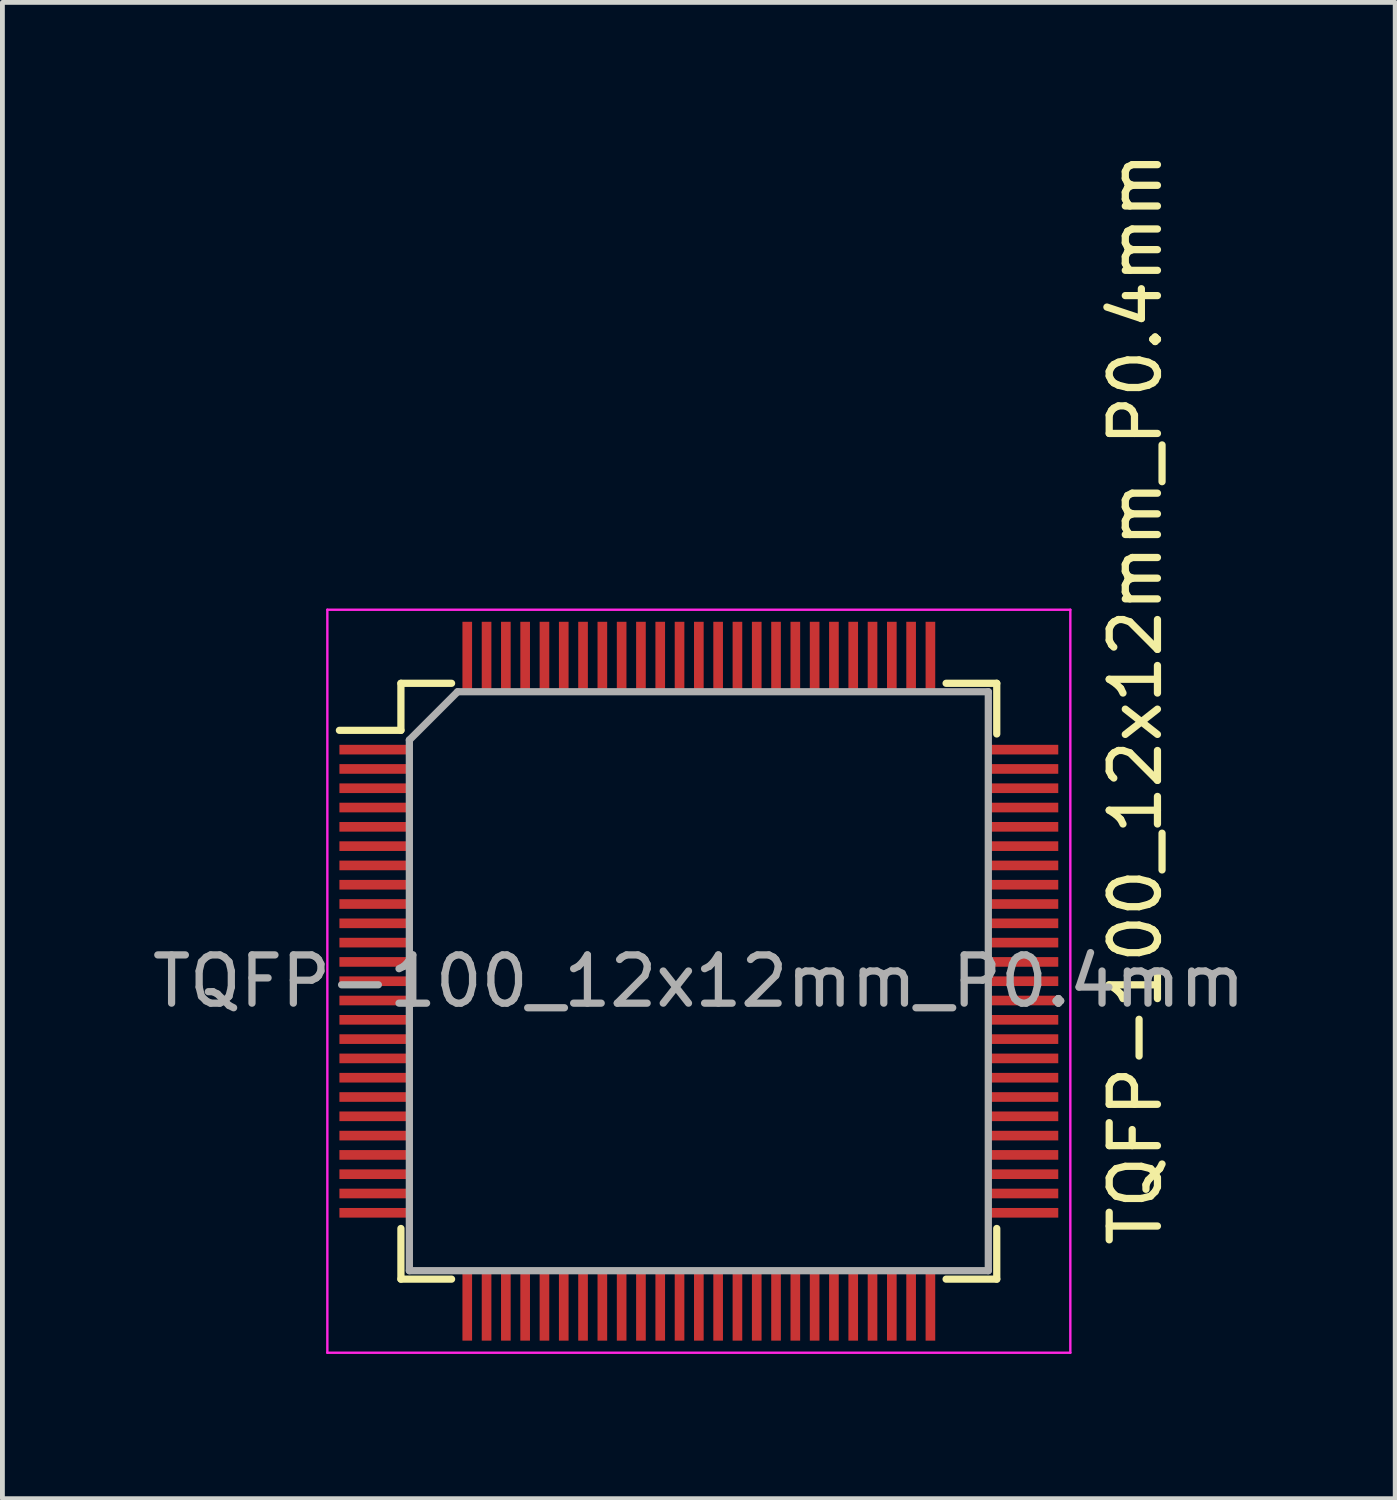
<source format=kicad_pcb>
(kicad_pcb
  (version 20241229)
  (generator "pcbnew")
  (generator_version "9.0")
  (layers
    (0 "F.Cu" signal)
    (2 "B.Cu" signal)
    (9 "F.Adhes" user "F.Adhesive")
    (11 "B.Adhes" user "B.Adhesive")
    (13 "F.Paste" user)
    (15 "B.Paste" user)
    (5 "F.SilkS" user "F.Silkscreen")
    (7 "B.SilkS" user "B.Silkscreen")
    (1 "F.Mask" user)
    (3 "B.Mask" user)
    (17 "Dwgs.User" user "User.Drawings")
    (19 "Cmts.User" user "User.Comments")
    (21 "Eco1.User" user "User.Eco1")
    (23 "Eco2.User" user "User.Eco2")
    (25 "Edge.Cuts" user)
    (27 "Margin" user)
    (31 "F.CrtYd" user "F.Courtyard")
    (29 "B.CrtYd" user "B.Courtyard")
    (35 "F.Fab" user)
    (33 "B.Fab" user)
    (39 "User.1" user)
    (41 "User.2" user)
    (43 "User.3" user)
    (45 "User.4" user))
  (footprint "TQFP-100_12x12mm_P0.4mm"
    (layer "F.Cu")
    (at 11.435 17.288)
    (property "Reference" "TQFP-100_12x12mm_P0.4mm" (at 9.051 -5.854 90) (layer "F.SilkS") (effects (font (size 1 1) (thickness 0.15))))
    (attr smd)
    (fp_line (start -6.175 -6.175) (end -6.175 -5.2) (stroke (width 0.15) (type solid)) (layer "F.SilkS"))
    (fp_line (start -6.175 -6.175) (end -5.125 -6.175) (stroke (width 0.15) (type solid)) (layer "F.SilkS"))
    (fp_line (start -6.175 -5.2) (end -7.45 -5.2) (stroke (width 0.15) (type solid)) (layer "F.SilkS"))
    (fp_line (start -6.175 6.175) (end -6.175 5.125) (stroke (width 0.15) (type solid)) (layer "F.SilkS"))
    (fp_line (start -6.175 6.175) (end -5.125 6.175) (stroke (width 0.15) (type solid)) (layer "F.SilkS"))
    (fp_line (start 6.175 -6.175) (end 5.125 -6.175) (stroke (width 0.15) (type solid)) (layer "F.SilkS"))
    (fp_line (start 6.175 -6.175) (end 6.175 -5.125) (stroke (width 0.15) (type solid)) (layer "F.SilkS"))
    (fp_line (start 6.175 6.175) (end 5.125 6.175) (stroke (width 0.15) (type solid)) (layer "F.SilkS"))
    (fp_line (start 6.175 6.175) (end 6.175 5.125) (stroke (width 0.15) (type solid)) (layer "F.SilkS"))
    (fp_line (start -7.7 -7.7) (end -7.7 7.7) (stroke (width 0.05) (type solid)) (layer "F.CrtYd"))
    (fp_line (start -7.7 -7.7) (end 7.7 -7.7) (stroke (width 0.05) (type solid)) (layer "F.CrtYd"))
    (fp_line (start -7.7 7.7) (end 7.7 7.7) (stroke (width 0.05) (type solid)) (layer "F.CrtYd"))
    (fp_line (start 7.7 -7.7) (end 7.7 7.7) (stroke (width 0.05) (type solid)) (layer "F.CrtYd"))
    (fp_line (start -6 -5) (end -5 -6) (stroke (width 0.15) (type solid)) (layer "F.Fab"))
    (fp_line (start -6 6) (end -6 -5) (stroke (width 0.15) (type solid)) (layer "F.Fab"))
    (fp_line (start -5 -6) (end 6 -6) (stroke (width 0.15) (type solid)) (layer "F.Fab"))
    (fp_line (start 6 -6) (end 6 6) (stroke (width 0.15) (type solid)) (layer "F.Fab"))
    (fp_line (start 6 6) (end -6 6) (stroke (width 0.15) (type solid)) (layer "F.Fab"))
    (fp_text user "${REFERENCE}" (at 0 0 0) (layer "F.Fab") (effects (font (size 1 1) (thickness 0.15))))
    (pad "1" smd rect (at -6.7 -4.8) (size 1.5 0.2) (layers "F.Cu" "F.Mask" "F.Paste"))
    (pad "2" smd rect (at -6.7 -4.4) (size 1.5 0.2) (layers "F.Cu" "F.Mask" "F.Paste"))
    (pad "3" smd rect (at -6.7 -4) (size 1.5 0.2) (layers "F.Cu" "F.Mask" "F.Paste"))
    (pad "4" smd rect (at -6.7 -3.6) (size 1.5 0.2) (layers "F.Cu" "F.Mask" "F.Paste"))
    (pad "5" smd rect (at -6.7 -3.2) (size 1.5 0.2) (layers "F.Cu" "F.Mask" "F.Paste"))
    (pad "6" smd rect (at -6.7 -2.8) (size 1.5 0.2) (layers "F.Cu" "F.Mask" "F.Paste"))
    (pad "7" smd rect (at -6.7 -2.4) (size 1.5 0.2) (layers "F.Cu" "F.Mask" "F.Paste"))
    (pad "8" smd rect (at -6.7 -2) (size 1.5 0.2) (layers "F.Cu" "F.Mask" "F.Paste"))
    (pad "9" smd rect (at -6.7 -1.6) (size 1.5 0.2) (layers "F.Cu" "F.Mask" "F.Paste"))
    (pad "10" smd rect (at -6.7 -1.2) (size 1.5 0.2) (layers "F.Cu" "F.Mask" "F.Paste"))
    (pad "11" smd rect (at -6.7 -0.8) (size 1.5 0.2) (layers "F.Cu" "F.Mask" "F.Paste"))
    (pad "12" smd rect (at -6.7 -0.4) (size 1.5 0.2) (layers "F.Cu" "F.Mask" "F.Paste"))
    (pad "13" smd rect (at -6.7 0) (size 1.5 0.2) (layers "F.Cu" "F.Mask" "F.Paste"))
    (pad "14" smd rect (at -6.7 0.4) (size 1.5 0.2) (layers "F.Cu" "F.Mask" "F.Paste"))
    (pad "15" smd rect (at -6.7 0.8) (size 1.5 0.2) (layers "F.Cu" "F.Mask" "F.Paste"))
    (pad "16" smd rect (at -6.7 1.2) (size 1.5 0.2) (layers "F.Cu" "F.Mask" "F.Paste"))
    (pad "17" smd rect (at -6.7 1.6) (size 1.5 0.2) (layers "F.Cu" "F.Mask" "F.Paste"))
    (pad "18" smd rect (at -6.7 2) (size 1.5 0.2) (layers "F.Cu" "F.Mask" "F.Paste"))
    (pad "19" smd rect (at -6.7 2.4) (size 1.5 0.2) (layers "F.Cu" "F.Mask" "F.Paste"))
    (pad "20" smd rect (at -6.7 2.8) (size 1.5 0.2) (layers "F.Cu" "F.Mask" "F.Paste"))
    (pad "21" smd rect (at -6.7 3.2) (size 1.5 0.2) (layers "F.Cu" "F.Mask" "F.Paste"))
    (pad "22" smd rect (at -6.7 3.6) (size 1.5 0.2) (layers "F.Cu" "F.Mask" "F.Paste"))
    (pad "23" smd rect (at -6.7 4) (size 1.5 0.2) (layers "F.Cu" "F.Mask" "F.Paste"))
    (pad "24" smd rect (at -6.7 4.4) (size 1.5 0.2) (layers "F.Cu" "F.Mask" "F.Paste"))
    (pad "25" smd rect (at -6.7 4.8) (size 1.5 0.2) (layers "F.Cu" "F.Mask" "F.Paste"))
    (pad "26" smd rect (at -4.8 6.7 90) (size 1.5 0.2) (layers "F.Cu" "F.Mask" "F.Paste"))
    (pad "27" smd rect (at -4.4 6.7 90) (size 1.5 0.2) (layers "F.Cu" "F.Mask" "F.Paste"))
    (pad "28" smd rect (at -4 6.7 90) (size 1.5 0.2) (layers "F.Cu" "F.Mask" "F.Paste"))
    (pad "29" smd rect (at -3.6 6.7 90) (size 1.5 0.2) (layers "F.Cu" "F.Mask" "F.Paste"))
    (pad "30" smd rect (at -3.2 6.7 90) (size 1.5 0.2) (layers "F.Cu" "F.Mask" "F.Paste"))
    (pad "31" smd rect (at -2.8 6.7 90) (size 1.5 0.2) (layers "F.Cu" "F.Mask" "F.Paste"))
    (pad "32" smd rect (at -2.4 6.7 90) (size 1.5 0.2) (layers "F.Cu" "F.Mask" "F.Paste"))
    (pad "33" smd rect (at -2 6.7 90) (size 1.5 0.2) (layers "F.Cu" "F.Mask" "F.Paste"))
    (pad "34" smd rect (at -1.6 6.7 90) (size 1.5 0.2) (layers "F.Cu" "F.Mask" "F.Paste"))
    (pad "35" smd rect (at -1.2 6.7 90) (size 1.5 0.2) (layers "F.Cu" "F.Mask" "F.Paste"))
    (pad "36" smd rect (at -0.8 6.7 90) (size 1.5 0.2) (layers "F.Cu" "F.Mask" "F.Paste"))
    (pad "37" smd rect (at -0.4 6.7 90) (size 1.5 0.2) (layers "F.Cu" "F.Mask" "F.Paste"))
    (pad "38" smd rect (at 0 6.7 90) (size 1.5 0.2) (layers "F.Cu" "F.Mask" "F.Paste"))
    (pad "39" smd rect (at 0.4 6.7 90) (size 1.5 0.2) (layers "F.Cu" "F.Mask" "F.Paste"))
    (pad "40" smd rect (at 0.8 6.7 90) (size 1.5 0.2) (layers "F.Cu" "F.Mask" "F.Paste"))
    (pad "41" smd rect (at 1.2 6.7 90) (size 1.5 0.2) (layers "F.Cu" "F.Mask" "F.Paste"))
    (pad "42" smd rect (at 1.6 6.7 90) (size 1.5 0.2) (layers "F.Cu" "F.Mask" "F.Paste"))
    (pad "43" smd rect (at 2 6.7 90) (size 1.5 0.2) (layers "F.Cu" "F.Mask" "F.Paste"))
    (pad "44" smd rect (at 2.4 6.7 90) (size 1.5 0.2) (layers "F.Cu" "F.Mask" "F.Paste"))
    (pad "45" smd rect (at 2.8 6.7 90) (size 1.5 0.2) (layers "F.Cu" "F.Mask" "F.Paste"))
    (pad "46" smd rect (at 3.2 6.7 90) (size 1.5 0.2) (layers "F.Cu" "F.Mask" "F.Paste"))
    (pad "47" smd rect (at 3.6 6.7 90) (size 1.5 0.2) (layers "F.Cu" "F.Mask" "F.Paste"))
    (pad "48" smd rect (at 4 6.7 90) (size 1.5 0.2) (layers "F.Cu" "F.Mask" "F.Paste"))
    (pad "49" smd rect (at 4.4 6.7 90) (size 1.5 0.2) (layers "F.Cu" "F.Mask" "F.Paste"))
    (pad "50" smd rect (at 4.8 6.7 90) (size 1.5 0.2) (layers "F.Cu" "F.Mask" "F.Paste"))
    (pad "51" smd rect (at 6.7 4.8) (size 1.5 0.2) (layers "F.Cu" "F.Mask" "F.Paste"))
    (pad "52" smd rect (at 6.7 4.4) (size 1.5 0.2) (layers "F.Cu" "F.Mask" "F.Paste"))
    (pad "53" smd rect (at 6.7 4) (size 1.5 0.2) (layers "F.Cu" "F.Mask" "F.Paste"))
    (pad "54" smd rect (at 6.7 3.6) (size 1.5 0.2) (layers "F.Cu" "F.Mask" "F.Paste"))
    (pad "55" smd rect (at 6.7 3.2) (size 1.5 0.2) (layers "F.Cu" "F.Mask" "F.Paste"))
    (pad "56" smd rect (at 6.7 2.8) (size 1.5 0.2) (layers "F.Cu" "F.Mask" "F.Paste"))
    (pad "57" smd rect (at 6.7 2.4) (size 1.5 0.2) (layers "F.Cu" "F.Mask" "F.Paste"))
    (pad "58" smd rect (at 6.7 2) (size 1.5 0.2) (layers "F.Cu" "F.Mask" "F.Paste"))
    (pad "59" smd rect (at 6.7 1.6) (size 1.5 0.2) (layers "F.Cu" "F.Mask" "F.Paste"))
    (pad "60" smd rect (at 6.7 1.2) (size 1.5 0.2) (layers "F.Cu" "F.Mask" "F.Paste"))
    (pad "61" smd rect (at 6.7 0.8) (size 1.5 0.2) (layers "F.Cu" "F.Mask" "F.Paste"))
    (pad "62" smd rect (at 6.7 0.4) (size 1.5 0.2) (layers "F.Cu" "F.Mask" "F.Paste"))
    (pad "63" smd rect (at 6.7 0) (size 1.5 0.2) (layers "F.Cu" "F.Mask" "F.Paste"))
    (pad "64" smd rect (at 6.7 -0.4) (size 1.5 0.2) (layers "F.Cu" "F.Mask" "F.Paste"))
    (pad "65" smd rect (at 6.7 -0.8) (size 1.5 0.2) (layers "F.Cu" "F.Mask" "F.Paste"))
    (pad "66" smd rect (at 6.7 -1.2) (size 1.5 0.2) (layers "F.Cu" "F.Mask" "F.Paste"))
    (pad "67" smd rect (at 6.7 -1.6) (size 1.5 0.2) (layers "F.Cu" "F.Mask" "F.Paste"))
    (pad "68" smd rect (at 6.7 -2) (size 1.5 0.2) (layers "F.Cu" "F.Mask" "F.Paste"))
    (pad "69" smd rect (at 6.7 -2.4) (size 1.5 0.2) (layers "F.Cu" "F.Mask" "F.Paste"))
    (pad "70" smd rect (at 6.7 -2.8) (size 1.5 0.2) (layers "F.Cu" "F.Mask" "F.Paste"))
    (pad "71" smd rect (at 6.7 -3.2) (size 1.5 0.2) (layers "F.Cu" "F.Mask" "F.Paste"))
    (pad "72" smd rect (at 6.7 -3.6) (size 1.5 0.2) (layers "F.Cu" "F.Mask" "F.Paste"))
    (pad "73" smd rect (at 6.7 -4) (size 1.5 0.2) (layers "F.Cu" "F.Mask" "F.Paste"))
    (pad "74" smd rect (at 6.7 -4.4) (size 1.5 0.2) (layers "F.Cu" "F.Mask" "F.Paste"))
    (pad "75" smd rect (at 6.7 -4.8) (size 1.5 0.2) (layers "F.Cu" "F.Mask" "F.Paste"))
    (pad "76" smd rect (at 4.8 -6.7 90) (size 1.5 0.2) (layers "F.Cu" "F.Mask" "F.Paste"))
    (pad "77" smd rect (at 4.4 -6.7 90) (size 1.5 0.2) (layers "F.Cu" "F.Mask" "F.Paste"))
    (pad "78" smd rect (at 4 -6.7 90) (size 1.5 0.2) (layers "F.Cu" "F.Mask" "F.Paste"))
    (pad "79" smd rect (at 3.6 -6.7 90) (size 1.5 0.2) (layers "F.Cu" "F.Mask" "F.Paste"))
    (pad "80" smd rect (at 3.2 -6.7 90) (size 1.5 0.2) (layers "F.Cu" "F.Mask" "F.Paste"))
    (pad "81" smd rect (at 2.8 -6.7 90) (size 1.5 0.2) (layers "F.Cu" "F.Mask" "F.Paste"))
    (pad "82" smd rect (at 2.4 -6.7 90) (size 1.5 0.2) (layers "F.Cu" "F.Mask" "F.Paste"))
    (pad "83" smd rect (at 2 -6.7 90) (size 1.5 0.2) (layers "F.Cu" "F.Mask" "F.Paste"))
    (pad "84" smd rect (at 1.6 -6.7 90) (size 1.5 0.2) (layers "F.Cu" "F.Mask" "F.Paste"))
    (pad "85" smd rect (at 1.2 -6.7 90) (size 1.5 0.2) (layers "F.Cu" "F.Mask" "F.Paste"))
    (pad "86" smd rect (at 0.8 -6.7 90) (size 1.5 0.2) (layers "F.Cu" "F.Mask" "F.Paste"))
    (pad "87" smd rect (at 0.4 -6.7 90) (size 1.5 0.2) (layers "F.Cu" "F.Mask" "F.Paste"))
    (pad "88" smd rect (at 0 -6.7 90) (size 1.5 0.2) (layers "F.Cu" "F.Mask" "F.Paste"))
    (pad "89" smd rect (at -0.4 -6.7 90) (size 1.5 0.2) (layers "F.Cu" "F.Mask" "F.Paste"))
    (pad "90" smd rect (at -0.8 -6.7 90) (size 1.5 0.2) (layers "F.Cu" "F.Mask" "F.Paste"))
    (pad "91" smd rect (at -1.2 -6.7 90) (size 1.5 0.2) (layers "F.Cu" "F.Mask" "F.Paste"))
    (pad "92" smd rect (at -1.6 -6.7 90) (size 1.5 0.2) (layers "F.Cu" "F.Mask" "F.Paste"))
    (pad "93" smd rect (at -2 -6.7 90) (size 1.5 0.2) (layers "F.Cu" "F.Mask" "F.Paste"))
    (pad "94" smd rect (at -2.4 -6.7 90) (size 1.5 0.2) (layers "F.Cu" "F.Mask" "F.Paste"))
    (pad "95" smd rect (at -2.8 -6.7 90) (size 1.5 0.2) (layers "F.Cu" "F.Mask" "F.Paste"))
    (pad "96" smd rect (at -3.2 -6.7 90) (size 1.5 0.2) (layers "F.Cu" "F.Mask" "F.Paste"))
    (pad "97" smd rect (at -3.6 -6.7 90) (size 1.5 0.2) (layers "F.Cu" "F.Mask" "F.Paste"))
    (pad "98" smd rect (at -4 -6.7 90) (size 1.5 0.2) (layers "F.Cu" "F.Mask" "F.Paste"))
    (pad "99" smd rect (at -4.4 -6.7 90) (size 1.5 0.2) (layers "F.Cu" "F.Mask" "F.Paste"))
    (pad "100" smd rect (at -4.8 -6.7 90) (size 1.5 0.2) (layers "F.Cu" "F.Mask" "F.Paste")))
  (gr_rect
    (start -3 -3)
    (end 25.869 28.013)
    (stroke (width 0.1) (type default))
    (fill no)
    (layer "Edge.Cuts")))
</source>
